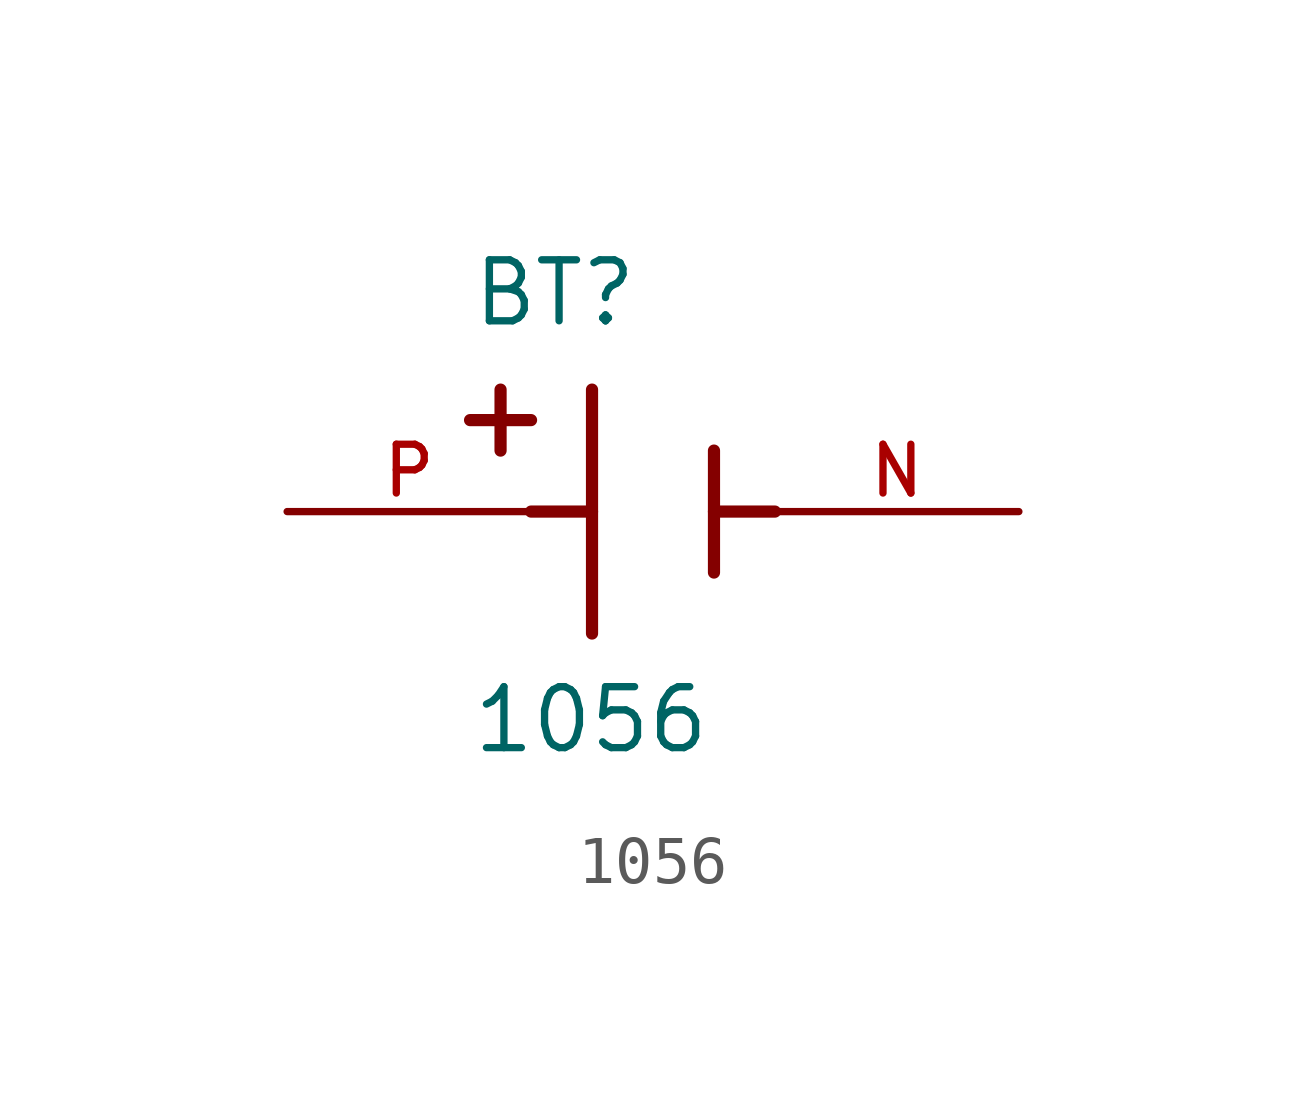
<source format=kicad_sym>
(kicad_symbol_lib
  (version 20211014)
  (generator kicad_symbol_editor)
  (symbol "1056"
    (pin_names
      (offset 1.016))
    (property "Reference" "BT"
      (at -3.81 3.81 0)
      (effects (font (size 1.27 1.27)) (justify bottom left)))
    (property "Value" "1056"
      (at -3.81 -5.08 0)
      (effects (font (size 1.27 1.27)) (justify bottom left)))
    (symbol "1056_0_0"
      (polyline (pts (xy -1.27 2.54) (xy -1.27 -2.54)) (stroke (width 0.254)))
      (polyline (pts (xy 1.27 1.27) (xy 1.27 -1.27)) (stroke (width 0.254)))
      (polyline (pts (xy -1.27 0.0) (xy -2.54 0.0)) (stroke (width 0.254)))
      (polyline (pts (xy 1.27 0.0) (xy 2.54 0.0)) (stroke (width 0.254)))
      (polyline (pts (xy -3.175 2.54) (xy -3.175 1.27)) (stroke (width 0.254)))
      (polyline (pts (xy -3.81 1.905) (xy -2.54 1.905)) (stroke (width 0.254)))
      (pin passive line (at -7.62 0.0 0) (length 5.08) (name "~" (effects (font (size 1.016 1.016)))) (number "P" (effects (font (size 1.016 1.016)))))
      (pin passive line (at 7.62 0.0 180.0) (length 5.08) (name "~" (effects (font (size 1.016 1.016)))) (number "N" (effects (font (size 1.016 1.016))))))))
</source>
